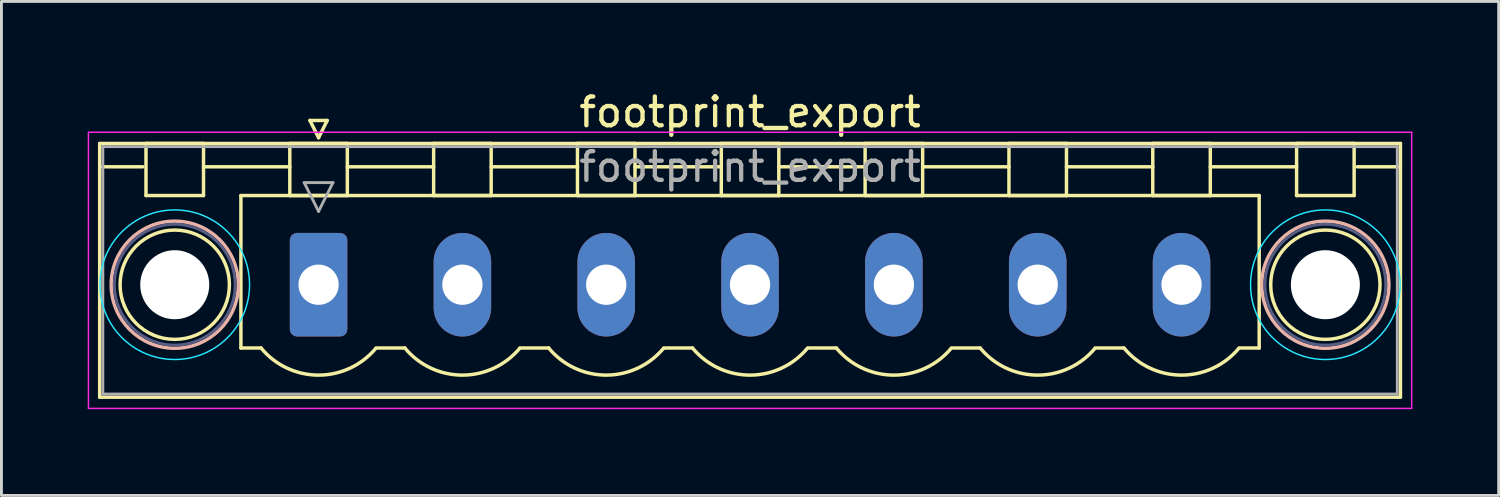
<source format=kicad_pcb>
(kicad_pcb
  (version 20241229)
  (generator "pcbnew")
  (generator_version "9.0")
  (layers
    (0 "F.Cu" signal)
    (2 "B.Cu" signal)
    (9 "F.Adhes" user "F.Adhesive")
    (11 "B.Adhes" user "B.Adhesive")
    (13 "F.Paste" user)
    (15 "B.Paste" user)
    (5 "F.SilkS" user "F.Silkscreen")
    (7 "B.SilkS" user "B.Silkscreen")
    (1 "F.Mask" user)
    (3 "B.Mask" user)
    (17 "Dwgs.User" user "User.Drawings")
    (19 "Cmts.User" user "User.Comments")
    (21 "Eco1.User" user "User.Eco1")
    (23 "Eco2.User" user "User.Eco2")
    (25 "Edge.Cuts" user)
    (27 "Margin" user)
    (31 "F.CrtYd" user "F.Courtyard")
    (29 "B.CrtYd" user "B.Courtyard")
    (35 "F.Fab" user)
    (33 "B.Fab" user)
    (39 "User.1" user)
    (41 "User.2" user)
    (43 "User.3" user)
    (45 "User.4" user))
  (footprint "footprint_export"
    (layer "F.Cu")
    (at 8.025 6.848)
    (property "Reference" "footprint_export" (at 15 -6 0) (layer "F.SilkS") (effects (font (size 1 1) (thickness 0.15))))
    (attr through_hole)
    (fp_line (start -7.61 -4.91) (end -7.61 3.91) (stroke (width 0.12) (type solid)) (layer "F.SilkS"))
    (fp_line (start -7.61 -4.1) (end -6.11 -4.1) (stroke (width 0.12) (type solid)) (layer "F.SilkS"))
    (fp_line (start -7.61 3.91) (end 37.61 3.91) (stroke (width 0.12) (type solid)) (layer "F.SilkS"))
    (fp_line (start -6 -4.91) (end -4 -4.91) (stroke (width 0.12) (type solid)) (layer "F.SilkS"))
    (fp_line (start -6 -3.1) (end -6 -4.91) (stroke (width 0.12) (type solid)) (layer "F.SilkS"))
    (fp_line (start -4 -4.91) (end -4 -3.1) (stroke (width 0.12) (type solid)) (layer "F.SilkS"))
    (fp_line (start -4 -4.1) (end -1 -4.1) (stroke (width 0.12) (type solid)) (layer "F.SilkS"))
    (fp_line (start -4 -3.1) (end -6 -3.1) (stroke (width 0.12) (type solid)) (layer "F.SilkS"))
    (fp_line (start -2.7 -3.1) (end 32.7 -3.1) (stroke (width 0.12) (type solid)) (layer "F.SilkS"))
    (fp_line (start -2.7 2.2) (end -2.7 -3.1) (stroke (width 0.12) (type solid)) (layer "F.SilkS"))
    (fp_line (start -2 2.2) (end -2.7 2.2) (stroke (width 0.12) (type solid)) (layer "F.SilkS"))
    (fp_line (start -1 -4.91) (end 1 -4.91) (stroke (width 0.12) (type solid)) (layer "F.SilkS"))
    (fp_line (start -1 -3.1) (end -1 -4.91) (stroke (width 0.12) (type solid)) (layer "F.SilkS"))
    (fp_line (start -0.3 -5.71) (end 0.3 -5.71) (stroke (width 0.12) (type solid)) (layer "F.SilkS"))
    (fp_line (start 0 -5.11) (end -0.3 -5.71) (stroke (width 0.12) (type solid)) (layer "F.SilkS"))
    (fp_line (start 0.3 -5.71) (end 0 -5.11) (stroke (width 0.12) (type solid)) (layer "F.SilkS"))
    (fp_line (start 1 -4.91) (end 1 -3.1) (stroke (width 0.12) (type solid)) (layer "F.SilkS"))
    (fp_line (start 1 -4.1) (end 4 -4.1) (stroke (width 0.12) (type solid)) (layer "F.SilkS"))
    (fp_line (start 1 -3.1) (end -1 -3.1) (stroke (width 0.12) (type solid)) (layer "F.SilkS"))
    (fp_line (start 2 2.2) (end 3 2.2) (stroke (width 0.12) (type solid)) (layer "F.SilkS"))
    (fp_line (start 4 -4.91) (end 6 -4.91) (stroke (width 0.12) (type solid)) (layer "F.SilkS"))
    (fp_line (start 4 -3.1) (end 4 -4.91) (stroke (width 0.12) (type solid)) (layer "F.SilkS"))
    (fp_line (start 6 -4.91) (end 6 -3.1) (stroke (width 0.12) (type solid)) (layer "F.SilkS"))
    (fp_line (start 6 -4.1) (end 9 -4.1) (stroke (width 0.12) (type solid)) (layer "F.SilkS"))
    (fp_line (start 6 -3.1) (end 4 -3.1) (stroke (width 0.12) (type solid)) (layer "F.SilkS"))
    (fp_line (start 7 2.2) (end 8 2.2) (stroke (width 0.12) (type solid)) (layer "F.SilkS"))
    (fp_line (start 9 -4.91) (end 11 -4.91) (stroke (width 0.12) (type solid)) (layer "F.SilkS"))
    (fp_line (start 9 -3.1) (end 9 -4.91) (stroke (width 0.12) (type solid)) (layer "F.SilkS"))
    (fp_line (start 11 -4.91) (end 11 -3.1) (stroke (width 0.12) (type solid)) (layer "F.SilkS"))
    (fp_line (start 11 -4.1) (end 14 -4.1) (stroke (width 0.12) (type solid)) (layer "F.SilkS"))
    (fp_line (start 11 -3.1) (end 9 -3.1) (stroke (width 0.12) (type solid)) (layer "F.SilkS"))
    (fp_line (start 12 2.2) (end 13 2.2) (stroke (width 0.12) (type solid)) (layer "F.SilkS"))
    (fp_line (start 14 -4.91) (end 16 -4.91) (stroke (width 0.12) (type solid)) (layer "F.SilkS"))
    (fp_line (start 14 -3.1) (end 14 -4.91) (stroke (width 0.12) (type solid)) (layer "F.SilkS"))
    (fp_line (start 16 -4.91) (end 16 -3.1) (stroke (width 0.12) (type solid)) (layer "F.SilkS"))
    (fp_line (start 16 -4.1) (end 19 -4.1) (stroke (width 0.12) (type solid)) (layer "F.SilkS"))
    (fp_line (start 16 -3.1) (end 14 -3.1) (stroke (width 0.12) (type solid)) (layer "F.SilkS"))
    (fp_line (start 17 2.2) (end 18 2.2) (stroke (width 0.12) (type solid)) (layer "F.SilkS"))
    (fp_line (start 19 -4.91) (end 21 -4.91) (stroke (width 0.12) (type solid)) (layer "F.SilkS"))
    (fp_line (start 19 -3.1) (end 19 -4.91) (stroke (width 0.12) (type solid)) (layer "F.SilkS"))
    (fp_line (start 21 -4.91) (end 21 -3.1) (stroke (width 0.12) (type solid)) (layer "F.SilkS"))
    (fp_line (start 21 -4.1) (end 24 -4.1) (stroke (width 0.12) (type solid)) (layer "F.SilkS"))
    (fp_line (start 21 -3.1) (end 19 -3.1) (stroke (width 0.12) (type solid)) (layer "F.SilkS"))
    (fp_line (start 22 2.2) (end 23 2.2) (stroke (width 0.12) (type solid)) (layer "F.SilkS"))
    (fp_line (start 24 -4.91) (end 26 -4.91) (stroke (width 0.12) (type solid)) (layer "F.SilkS"))
    (fp_line (start 24 -3.1) (end 24 -4.91) (stroke (width 0.12) (type solid)) (layer "F.SilkS"))
    (fp_line (start 26 -4.91) (end 26 -3.1) (stroke (width 0.12) (type solid)) (layer "F.SilkS"))
    (fp_line (start 26 -4.1) (end 29 -4.1) (stroke (width 0.12) (type solid)) (layer "F.SilkS"))
    (fp_line (start 26 -3.1) (end 24 -3.1) (stroke (width 0.12) (type solid)) (layer "F.SilkS"))
    (fp_line (start 27 2.2) (end 28 2.2) (stroke (width 0.12) (type solid)) (layer "F.SilkS"))
    (fp_line (start 29 -4.91) (end 31 -4.91) (stroke (width 0.12) (type solid)) (layer "F.SilkS"))
    (fp_line (start 29 -3.1) (end 29 -4.91) (stroke (width 0.12) (type solid)) (layer "F.SilkS"))
    (fp_line (start 31 -4.91) (end 31 -3.1) (stroke (width 0.12) (type solid)) (layer "F.SilkS"))
    (fp_line (start 31 -4.1) (end 34 -4.1) (stroke (width 0.12) (type solid)) (layer "F.SilkS"))
    (fp_line (start 31 -3.1) (end 29 -3.1) (stroke (width 0.12) (type solid)) (layer "F.SilkS"))
    (fp_line (start 32.7 -3.1) (end 32.7 2.2) (stroke (width 0.12) (type solid)) (layer "F.SilkS"))
    (fp_line (start 32.7 2.2) (end 32 2.2) (stroke (width 0.12) (type solid)) (layer "F.SilkS"))
    (fp_line (start 34 -4.91) (end 36 -4.91) (stroke (width 0.12) (type solid)) (layer "F.SilkS"))
    (fp_line (start 34 -3.1) (end 34 -4.91) (stroke (width 0.12) (type solid)) (layer "F.SilkS"))
    (fp_line (start 36 -4.91) (end 36 -3.1) (stroke (width 0.12) (type solid)) (layer "F.SilkS"))
    (fp_line (start 36 -3.1) (end 34 -3.1) (stroke (width 0.12) (type solid)) (layer "F.SilkS"))
    (fp_line (start 37.61 -4.91) (end -7.61 -4.91) (stroke (width 0.12) (type solid)) (layer "F.SilkS"))
    (fp_line (start 37.61 -4.1) (end 36.11 -4.1) (stroke (width 0.12) (type solid)) (layer "F.SilkS"))
    (fp_line (start 37.61 3.91) (end 37.61 -4.91) (stroke (width 0.12) (type solid)) (layer "F.SilkS"))
    (fp_arc (start 1.986842 2.215821) (mid -0.010289 3.142758) (end -2 2.2) (stroke (width 0.12) (type solid)) (layer "F.SilkS"))
    (fp_arc (start 6.986842 2.215821) (mid 4.989711 3.142758) (end 3 2.2) (stroke (width 0.12) (type solid)) (layer "F.SilkS"))
    (fp_arc (start 11.986842 2.215821) (mid 9.989711 3.142758) (end 8 2.2) (stroke (width 0.12) (type solid)) (layer "F.SilkS"))
    (fp_arc (start 16.986842 2.215821) (mid 14.989711 3.142758) (end 13 2.2) (stroke (width 0.12) (type solid)) (layer "F.SilkS"))
    (fp_arc (start 21.986842 2.215821) (mid 19.989711 3.142758) (end 18 2.2) (stroke (width 0.12) (type solid)) (layer "F.SilkS"))
    (fp_arc (start 26.986842 2.215821) (mid 24.989711 3.142758) (end 23 2.2) (stroke (width 0.12) (type solid)) (layer "F.SilkS"))
    (fp_arc (start 31.986842 2.215821) (mid 29.989711 3.142758) (end 28 2.2) (stroke (width 0.12) (type solid)) (layer "F.SilkS"))
    (fp_circle (center -5 0) (end -3.1 0) (stroke (width 0.12) (type solid)) (fill no) (layer "F.SilkS"))
    (fp_circle (center 35 0) (end 36.9 0) (stroke (width 0.12) (type solid)) (fill no) (layer "F.SilkS"))
    (fp_circle (center -5 0) (end -2.79 0) (stroke (width 0.12) (type solid)) (fill no) (layer "B.SilkS"))
    (fp_circle (center 35 0) (end 37.21 0) (stroke (width 0.12) (type solid)) (fill no) (layer "B.SilkS"))
    (fp_circle (center -5 0) (end -2.4 0) (stroke (width 0.05) (type solid)) (fill no) (layer "B.CrtYd"))
    (fp_circle (center 35 0) (end 37.6 0) (stroke (width 0.05) (type solid)) (fill no) (layer "B.CrtYd"))
    (fp_line (start -8 -5.3) (end -8 4.3) (stroke (width 0.05) (type solid)) (layer "F.CrtYd"))
    (fp_line (start -8 4.3) (end 38 4.3) (stroke (width 0.05) (type solid)) (layer "F.CrtYd"))
    (fp_line (start 38 -5.3) (end -8 -5.3) (stroke (width 0.05) (type solid)) (layer "F.CrtYd"))
    (fp_line (start 38 4.3) (end 38 -5.3) (stroke (width 0.05) (type solid)) (layer "F.CrtYd"))
    (fp_circle (center -5 0) (end -2.9 0) (stroke (width 0.1) (type solid)) (fill no) (layer "B.Fab"))
    (fp_circle (center 35 0) (end 37.1 0) (stroke (width 0.1) (type solid)) (fill no) (layer "B.Fab"))
    (fp_line (start -7.5 -4.8) (end -7.5 3.8) (stroke (width 0.1) (type solid)) (layer "F.Fab"))
    (fp_line (start -7.5 3.8) (end 37.5 3.8) (stroke (width 0.1) (type solid)) (layer "F.Fab"))
    (fp_line (start -0.5 -3.55) (end 0.5 -3.55) (stroke (width 0.1) (type solid)) (layer "F.Fab"))
    (fp_line (start 0 -2.55) (end -0.5 -3.55) (stroke (width 0.1) (type solid)) (layer "F.Fab"))
    (fp_line (start 0.5 -3.55) (end 0 -2.55) (stroke (width 0.1) (type solid)) (layer "F.Fab"))
    (fp_line (start 37.5 -4.8) (end -7.5 -4.8) (stroke (width 0.1) (type solid)) (layer "F.Fab"))
    (fp_line (start 37.5 3.8) (end 37.5 -4.8) (stroke (width 0.1) (type solid)) (layer "F.Fab"))
    (fp_text user "${REFERENCE}" (at 15 -4.1 0) (layer "F.Fab") (effects (font (size 1 1) (thickness 0.15))))
    (pad "" np_thru_hole circle (at -5 0) (size 2.4 2.4) (drill 2.4) (layers "*.Cu" "*.Mask"))
    (pad "" np_thru_hole circle (at 35 0) (size 2.4 2.4) (drill 2.4) (layers "*.Cu" "*.Mask"))
    (pad "1" thru_hole roundrect (at 0 0) (size 2 3.6) (drill 1.4) (layers "*.Cu" "*.Mask") (roundrect_rratio 0.125))
    (pad "2" thru_hole oval (at 5 0) (size 2 3.6) (drill 1.4) (layers "*.Cu" "*.Mask"))
    (pad "3" thru_hole oval (at 10 0) (size 2 3.6) (drill 1.4) (layers "*.Cu" "*.Mask"))
    (pad "4" thru_hole oval (at 15 0) (size 2 3.6) (drill 1.4) (layers "*.Cu" "*.Mask"))
    (pad "5" thru_hole oval (at 20 0) (size 2 3.6) (drill 1.4) (layers "*.Cu" "*.Mask"))
    (pad "6" thru_hole oval (at 25 0) (size 2 3.6) (drill 1.4) (layers "*.Cu" "*.Mask"))
    (pad "7" thru_hole oval (at 30 0) (size 2 3.6) (drill 1.4) (layers "*.Cu" "*.Mask")))
  (gr_rect
    (start -3 -3)
    (end 49.05 14.173)
    (stroke (width 0.1) (type default))
    (fill no)
    (layer "Edge.Cuts")))
</source>
